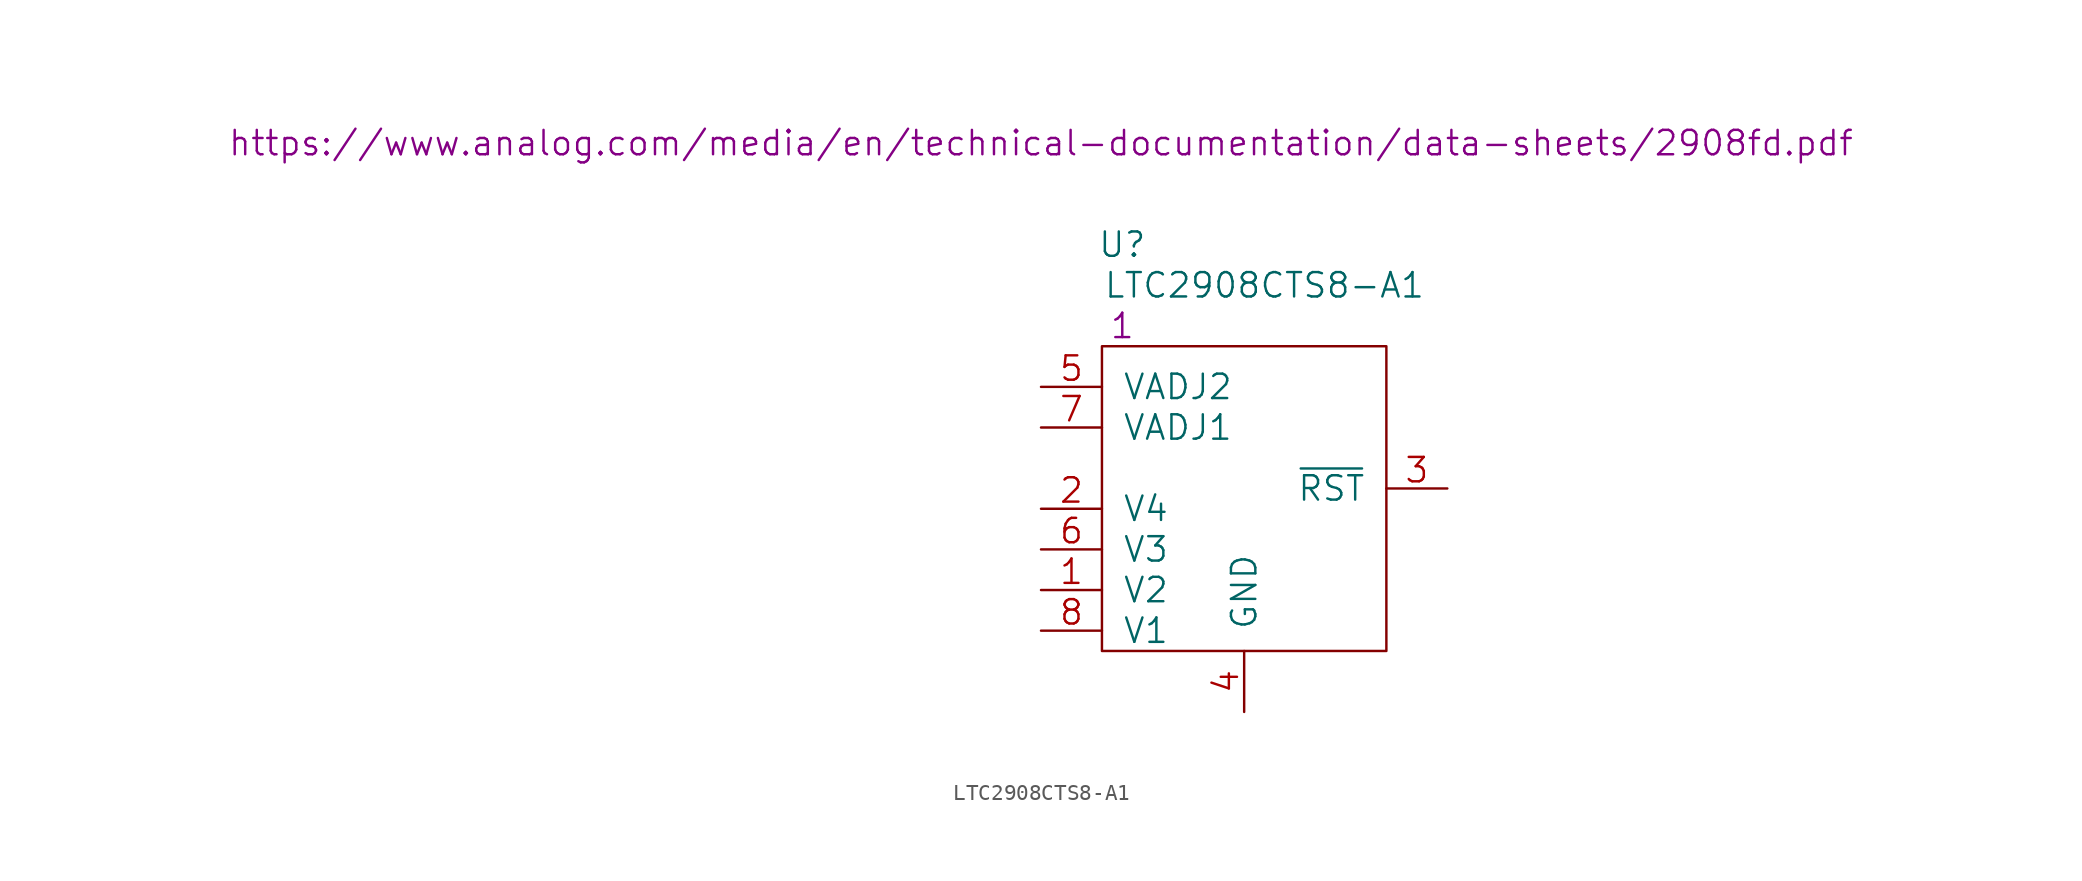
<source format=kicad_sym>
(kicad_symbol_lib
  (version 20201005)
  (generator kicad_symbol_editor)
  (symbol "S_Voltage_Monitor:LTC2908CTS8-A1"
    (pin_names
      (offset 1.27))
    (property "Reference" "U"
      (at 5.08 8.89 0)
      (effects (font (size 1.524 1.524))))
    (property "Value" "LTC2908CTS8-A1"
      (at 13.97 6.35 0)
      (effects (font (size 1.524 1.524))))
    (property "Datasheet" "https://www.analog.com/media/en/technical-documentation/data-sheets/2908fd.pdf"
      (at 0 15.24 0)
      (effects (font (size 1.524 1.524))))
    (property "Qty" "1"
      (at 5.08 3.81 0)
      (effects (font (size 1.524 1.524))))
    (symbol "LTC2908CTS8-A1_0_1"
      (rectangle (start 3.81 2.54) (end 21.59 -16.51) (stroke (width 0)) (fill (type none))))
    (symbol "LTC2908CTS8-A1_1_1"
      (pin input line (at 0 -12.7 0) (length 3.81) (name "V2" (effects (font (size 1.524 1.524)))) (number "1" (effects (font (size 1.524 1.524)))))
      (pin input line (at 0 -7.62 0) (length 3.81) (name "V4" (effects (font (size 1.524 1.524)))) (number "2" (effects (font (size 1.524 1.524)))))
      (pin output line (at 25.4 -6.35 180) (length 3.81) (name "~RST" (effects (font (size 1.524 1.524)))) (number "3" (effects (font (size 1.524 1.524)))))
      (pin power_in line (at 12.7 -20.32 90) (length 3.81) (name "GND" (effects (font (size 1.524 1.524)))) (number "4" (effects (font (size 1.524 1.524)))))
      (pin input line (at 0 0 0) (length 3.81) (name "VADJ2" (effects (font (size 1.524 1.524)))) (number "5" (effects (font (size 1.524 1.524)))))
      (pin input line (at 0 -10.16 0) (length 3.81) (name "V3" (effects (font (size 1.524 1.524)))) (number "6" (effects (font (size 1.524 1.524)))))
      (pin input line (at 0 -2.54 0) (length 3.81) (name "VADJ1" (effects (font (size 1.524 1.524)))) (number "7" (effects (font (size 1.524 1.524)))))
      (pin input line (at 0 -15.24 0) (length 3.81) (name "V1" (effects (font (size 1.524 1.524)))) (number "8" (effects (font (size 1.524 1.524))))))))
</source>
